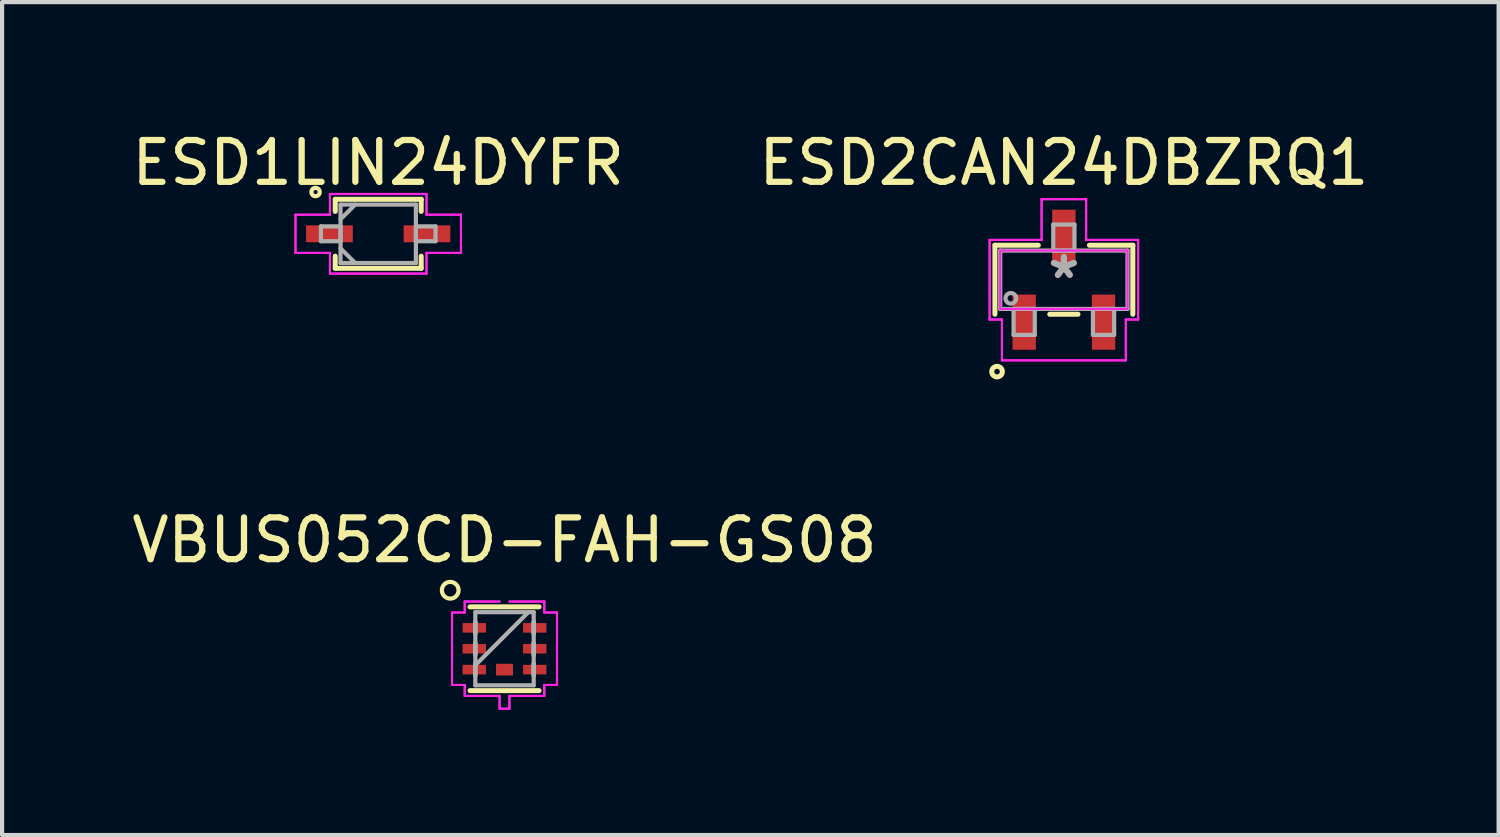
<source format=kicad_pcb>
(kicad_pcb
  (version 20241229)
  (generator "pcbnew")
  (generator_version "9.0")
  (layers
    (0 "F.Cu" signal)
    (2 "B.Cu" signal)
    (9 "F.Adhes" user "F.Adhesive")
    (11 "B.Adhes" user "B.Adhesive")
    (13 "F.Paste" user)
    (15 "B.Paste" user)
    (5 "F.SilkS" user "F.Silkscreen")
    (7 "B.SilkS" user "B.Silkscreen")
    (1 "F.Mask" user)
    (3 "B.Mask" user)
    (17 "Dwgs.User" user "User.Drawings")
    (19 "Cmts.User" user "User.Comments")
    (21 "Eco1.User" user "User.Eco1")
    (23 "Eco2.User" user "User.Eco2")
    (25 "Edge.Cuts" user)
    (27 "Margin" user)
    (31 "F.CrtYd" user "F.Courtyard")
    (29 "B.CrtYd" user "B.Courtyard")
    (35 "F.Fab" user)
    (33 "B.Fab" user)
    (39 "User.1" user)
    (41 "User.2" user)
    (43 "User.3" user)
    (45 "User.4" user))
  (footprint "ESD1LIN24DYFR"
    (layer "F.Cu")
    (at 6.006 2.548)
    (property "Reference" "ESD1LIN24DYFR" (at 0 -1.7 0) (layer "F.SilkS") (effects (font (size 1 1) (thickness 0.15))))
    (attr smd)
    (fp_line (start -1.029 -0.826) (end -1.029 -0.536) (stroke (width 0.12) (type solid)) (layer "F.SilkS"))
    (fp_line (start -1.029 0.536) (end -1.029 0.826) (stroke (width 0.12) (type solid)) (layer "F.SilkS"))
    (fp_line (start -1.029 0.826) (end 1.029 0.826) (stroke (width 0.12) (type solid)) (layer "F.SilkS"))
    (fp_line (start 1.029 -0.826) (end -1.029 -0.826) (stroke (width 0.12) (type solid)) (layer "F.SilkS"))
    (fp_line (start 1.029 -0.536) (end 1.029 -0.826) (stroke (width 0.12) (type solid)) (layer "F.SilkS"))
    (fp_line (start 1.029 0.826) (end 1.029 0.536) (stroke (width 0.12) (type solid)) (layer "F.SilkS"))
    (fp_circle (center -1.5 -1) (end -1.4 -1) (stroke (width 0.1) (type default)) (fill no) (layer "F.SilkS"))
    (fp_line (start -1.981 -0.457) (end -1.156 -0.457) (stroke (width 0.05) (type solid)) (layer "F.CrtYd"))
    (fp_line (start -1.981 -0.457) (end -1.156 -0.457) (stroke (width 0.05) (type solid)) (layer "F.CrtYd"))
    (fp_line (start -1.981 0.457) (end -1.981 -0.457) (stroke (width 0.05) (type solid)) (layer "F.CrtYd"))
    (fp_line (start -1.981 0.457) (end -1.981 -0.457) (stroke (width 0.05) (type solid)) (layer "F.CrtYd"))
    (fp_line (start -1.156 -0.953) (end 1.156 -0.953) (stroke (width 0.05) (type solid)) (layer "F.CrtYd"))
    (fp_line (start -1.156 -0.953) (end 1.156 -0.953) (stroke (width 0.05) (type solid)) (layer "F.CrtYd"))
    (fp_line (start -1.156 -0.457) (end -1.156 -0.953) (stroke (width 0.05) (type solid)) (layer "F.CrtYd"))
    (fp_line (start -1.156 -0.457) (end -1.156 -0.953) (stroke (width 0.05) (type solid)) (layer "F.CrtYd"))
    (fp_line (start -1.156 0.457) (end -1.981 0.457) (stroke (width 0.05) (type solid)) (layer "F.CrtYd"))
    (fp_line (start -1.156 0.457) (end -1.981 0.457) (stroke (width 0.05) (type solid)) (layer "F.CrtYd"))
    (fp_line (start -1.156 0.953) (end -1.156 0.457) (stroke (width 0.05) (type solid)) (layer "F.CrtYd"))
    (fp_line (start -1.156 0.953) (end -1.156 0.457) (stroke (width 0.05) (type solid)) (layer "F.CrtYd"))
    (fp_line (start 1.156 -0.953) (end 1.156 -0.457) (stroke (width 0.05) (type solid)) (layer "F.CrtYd"))
    (fp_line (start 1.156 -0.953) (end 1.156 -0.457) (stroke (width 0.05) (type solid)) (layer "F.CrtYd"))
    (fp_line (start 1.156 -0.457) (end 1.981 -0.457) (stroke (width 0.05) (type solid)) (layer "F.CrtYd"))
    (fp_line (start 1.156 -0.457) (end 1.981 -0.457) (stroke (width 0.05) (type solid)) (layer "F.CrtYd"))
    (fp_line (start 1.156 0.457) (end 1.156 0.953) (stroke (width 0.05) (type solid)) (layer "F.CrtYd"))
    (fp_line (start 1.156 0.457) (end 1.156 0.953) (stroke (width 0.05) (type solid)) (layer "F.CrtYd"))
    (fp_line (start 1.156 0.953) (end -1.156 0.953) (stroke (width 0.05) (type solid)) (layer "F.CrtYd"))
    (fp_line (start 1.156 0.953) (end -1.156 0.953) (stroke (width 0.05) (type solid)) (layer "F.CrtYd"))
    (fp_line (start 1.981 -0.457) (end 1.981 0.457) (stroke (width 0.05) (type solid)) (layer "F.CrtYd"))
    (fp_line (start 1.981 -0.457) (end 1.981 0.457) (stroke (width 0.05) (type solid)) (layer "F.CrtYd"))
    (fp_line (start 1.981 0.457) (end 1.156 0.457) (stroke (width 0.05) (type solid)) (layer "F.CrtYd"))
    (fp_line (start 1.981 0.457) (end 1.156 0.457) (stroke (width 0.05) (type solid)) (layer "F.CrtYd"))
    (fp_line (start -1.372 -0.178) (end -1.372 0.178) (stroke (width 0.1) (type solid)) (layer "F.Fab"))
    (fp_line (start -1.372 0.178) (end -0.902 0.178) (stroke (width 0.1) (type solid)) (layer "F.Fab"))
    (fp_line (start -0.902 -0.699) (end -0.902 0.699) (stroke (width 0.1) (type solid)) (layer "F.Fab"))
    (fp_line (start -0.902 -0.349) (end -0.552 -0.699) (stroke (width 0.1) (type solid)) (layer "F.Fab"))
    (fp_line (start -0.902 -0.178) (end -1.372 -0.178) (stroke (width 0.1) (type solid)) (layer "F.Fab"))
    (fp_line (start -0.902 0.178) (end -0.902 -0.178) (stroke (width 0.1) (type solid)) (layer "F.Fab"))
    (fp_line (start -0.902 0.349) (end -0.552 0.699) (stroke (width 0.1) (type solid)) (layer "F.Fab"))
    (fp_line (start -0.902 0.699) (end 0.902 0.699) (stroke (width 0.1) (type solid)) (layer "F.Fab"))
    (fp_line (start 0.902 -0.699) (end -0.902 -0.699) (stroke (width 0.1) (type solid)) (layer "F.Fab"))
    (fp_line (start 0.902 -0.178) (end 0.902 0.178) (stroke (width 0.1) (type solid)) (layer "F.Fab"))
    (fp_line (start 0.902 0.178) (end 1.372 0.178) (stroke (width 0.1) (type solid)) (layer "F.Fab"))
    (fp_line (start 0.902 0.699) (end 0.902 -0.699) (stroke (width 0.1) (type solid)) (layer "F.Fab"))
    (fp_line (start 1.372 -0.178) (end 0.902 -0.178) (stroke (width 0.1) (type solid)) (layer "F.Fab"))
    (fp_line (start 1.372 0.178) (end 1.372 -0.178) (stroke (width 0.1) (type solid)) (layer "F.Fab"))
    (pad "1" smd rect (at -1.168 0) (size 1.118 0.406) (layers "F.Cu" "F.Mask" "F.Paste"))
    (pad "2" smd rect (at 1.168 0) (size 1.118 0.406) (layers "F.Cu" "F.Mask" "F.Paste")))
  (footprint "ESD2CAN24DBZRQ1"
    (layer "F.Cu")
    (at 22.423 3.648)
    (property "Reference" "ESD2CAN24DBZRQ1" (at 0 -2.8 0) (layer "F.SilkS") (effects (font (size 1 1) (thickness 0.15))))
    (attr through_hole)
    (fp_line (start -1.651 -0.826) (end -1.651 0.826) (stroke (width 0.12) (type solid)) (layer "F.SilkS"))
    (fp_line (start -0.612 -0.826) (end -1.651 -0.826) (stroke (width 0.12) (type solid)) (layer "F.SilkS"))
    (fp_line (start -0.338 0.826) (end 0.338 0.826) (stroke (width 0.12) (type solid)) (layer "F.SilkS"))
    (fp_line (start 1.651 -0.826) (end 0.612 -0.826) (stroke (width 0.12) (type solid)) (layer "F.SilkS"))
    (fp_line (start 1.651 0.826) (end 1.651 -0.826) (stroke (width 0.12) (type solid)) (layer "F.SilkS"))
    (fp_circle (center -1.6 2.2) (end -1.473 2.2) (stroke (width 0.12) (type solid)) (fill no) (layer "F.SilkS"))
    (fp_line (start -1.778 -0.953) (end -0.533 -0.953) (stroke (width 0.05) (type solid)) (layer "F.CrtYd"))
    (fp_line (start -1.778 -0.953) (end -0.533 -0.953) (stroke (width 0.05) (type solid)) (layer "F.CrtYd"))
    (fp_line (start -1.778 0.953) (end -1.778 -0.953) (stroke (width 0.05) (type solid)) (layer "F.CrtYd"))
    (fp_line (start -1.778 0.953) (end -1.778 -0.953) (stroke (width 0.05) (type solid)) (layer "F.CrtYd"))
    (fp_line (start -1.778 0.953) (end -1.483 0.953) (stroke (width 0.05) (type solid)) (layer "F.CrtYd"))
    (fp_line (start -1.524 -0.699) (end 1.524 -0.699) (stroke (width 0.05) (type solid)) (layer "F.CrtYd"))
    (fp_line (start -1.524 0.699) (end -1.524 -0.699) (stroke (width 0.05) (type solid)) (layer "F.CrtYd"))
    (fp_line (start -1.483 0.953) (end -1.778 0.953) (stroke (width 0.05) (type solid)) (layer "F.CrtYd"))
    (fp_line (start -1.483 0.953) (end -1.483 1.93) (stroke (width 0.05) (type solid)) (layer "F.CrtYd"))
    (fp_line (start -1.483 1.93) (end -1.483 0.953) (stroke (width 0.05) (type solid)) (layer "F.CrtYd"))
    (fp_line (start -1.483 1.93) (end 1.483 1.93) (stroke (width 0.05) (type solid)) (layer "F.CrtYd"))
    (fp_line (start -0.533 -1.93) (end 0.533 -1.93) (stroke (width 0.05) (type solid)) (layer "F.CrtYd"))
    (fp_line (start -0.533 -1.93) (end 0.533 -1.93) (stroke (width 0.05) (type solid)) (layer "F.CrtYd"))
    (fp_line (start -0.533 -0.953) (end -0.533 -1.93) (stroke (width 0.05) (type solid)) (layer "F.CrtYd"))
    (fp_line (start -0.533 -0.953) (end -0.533 -1.93) (stroke (width 0.05) (type solid)) (layer "F.CrtYd"))
    (fp_line (start 0.533 -1.93) (end 0.533 -0.953) (stroke (width 0.05) (type solid)) (layer "F.CrtYd"))
    (fp_line (start 0.533 -0.953) (end 0.533 -1.93) (stroke (width 0.05) (type solid)) (layer "F.CrtYd"))
    (fp_line (start 0.533 -0.953) (end 1.778 -0.953) (stroke (width 0.05) (type solid)) (layer "F.CrtYd"))
    (fp_line (start 1.483 0.953) (end 1.483 1.93) (stroke (width 0.05) (type solid)) (layer "F.CrtYd"))
    (fp_line (start 1.483 0.953) (end 1.483 1.93) (stroke (width 0.05) (type solid)) (layer "F.CrtYd"))
    (fp_line (start 1.483 1.93) (end -1.483 1.93) (stroke (width 0.05) (type solid)) (layer "F.CrtYd"))
    (fp_line (start 1.524 -0.699) (end 1.524 0.699) (stroke (width 0.05) (type solid)) (layer "F.CrtYd"))
    (fp_line (start 1.524 0.699) (end -1.524 0.699) (stroke (width 0.05) (type solid)) (layer "F.CrtYd"))
    (fp_line (start 1.778 -0.953) (end 0.533 -0.953) (stroke (width 0.05) (type solid)) (layer "F.CrtYd"))
    (fp_line (start 1.778 -0.953) (end 1.778 0.953) (stroke (width 0.05) (type solid)) (layer "F.CrtYd"))
    (fp_line (start 1.778 -0.953) (end 1.778 0.953) (stroke (width 0.05) (type solid)) (layer "F.CrtYd"))
    (fp_line (start 1.778 0.953) (end 1.483 0.953) (stroke (width 0.05) (type solid)) (layer "F.CrtYd"))
    (fp_line (start 1.778 0.953) (end 1.483 0.953) (stroke (width 0.05) (type solid)) (layer "F.CrtYd"))
    (fp_line (start -1.524 -0.699) (end -1.524 0.699) (stroke (width 0.1) (type solid)) (layer "F.Fab"))
    (fp_line (start -1.524 0.699) (end 1.524 0.699) (stroke (width 0.1) (type solid)) (layer "F.Fab"))
    (fp_line (start -1.204 0.699) (end -1.204 1.321) (stroke (width 0.1) (type solid)) (layer "F.Fab"))
    (fp_line (start -1.204 1.321) (end -0.696 1.321) (stroke (width 0.1) (type solid)) (layer "F.Fab"))
    (fp_line (start -0.696 0.699) (end -1.204 0.699) (stroke (width 0.1) (type solid)) (layer "F.Fab"))
    (fp_line (start -0.696 1.321) (end -0.696 0.699) (stroke (width 0.1) (type solid)) (layer "F.Fab"))
    (fp_line (start -0.254 -1.321) (end -0.254 -0.699) (stroke (width 0.1) (type solid)) (layer "F.Fab"))
    (fp_line (start -0.254 -0.699) (end 0.254 -0.699) (stroke (width 0.1) (type solid)) (layer "F.Fab"))
    (fp_line (start 0.254 -1.321) (end -0.254 -1.321) (stroke (width 0.1) (type solid)) (layer "F.Fab"))
    (fp_line (start 0.254 -0.699) (end 0.254 -1.321) (stroke (width 0.1) (type solid)) (layer "F.Fab"))
    (fp_line (start 0.696 0.699) (end 0.696 1.321) (stroke (width 0.1) (type solid)) (layer "F.Fab"))
    (fp_line (start 0.696 1.321) (end 1.204 1.321) (stroke (width 0.1) (type solid)) (layer "F.Fab"))
    (fp_line (start 1.204 0.699) (end 0.696 0.699) (stroke (width 0.1) (type solid)) (layer "F.Fab"))
    (fp_line (start 1.204 1.321) (end 1.204 0.699) (stroke (width 0.1) (type solid)) (layer "F.Fab"))
    (fp_line (start 1.524 -0.699) (end -1.524 -0.699) (stroke (width 0.1) (type solid)) (layer "F.Fab"))
    (fp_line (start 1.524 0.699) (end 1.524 -0.699) (stroke (width 0.1) (type solid)) (layer "F.Fab"))
    (fp_circle (center -1.27 0.445) (end -1.143 0.445) (stroke (width 0.1) (type solid)) (fill no) (layer "F.Fab"))
    (fp_text user "*" (at 0 0 0) (layer "F.Fab") (effects (font (size 1 1) (thickness 0.15))))
    (pad "1" smd rect (at -0.95 1.016) (size 0.559 1.321) (layers "F.Cu" "F.Mask" "F.Paste"))
    (pad "2" smd rect (at 0.95 1.016) (size 0.559 1.321) (layers "F.Cu" "F.Mask" "F.Paste"))
    (pad "3" smd rect (at 0 -1.016) (size 0.559 1.321) (layers "F.Cu" "F.Mask" "F.Paste")))
  (footprint "VBUS052CD-FAH-GS08"
    (layer "F.Cu")
    (at 9.03 12.483)
    (property "Reference" "VBUS052CD-FAH-GS08" (at 0 -2.6 0) (layer "F.SilkS") (effects (font (size 1 1) (thickness 0.15))))
    (attr smd)
    (fp_line (start -0.826 1.003) (end 0.826 1.003) (stroke (width 0.12) (type solid)) (layer "F.SilkS"))
    (fp_line (start 0.826 -1.003) (end -0.826 -1.003) (stroke (width 0.12) (type solid)) (layer "F.SilkS"))
    (fp_circle (center -1.3 -1.4) (end -1.1 -1.4) (stroke (width 0.1) (type default)) (fill no) (layer "F.SilkS"))
    (fp_line (start -1.257 -0.868) (end -0.953 -0.868) (stroke (width 0.05) (type solid)) (layer "F.CrtYd"))
    (fp_line (start -1.257 -0.868) (end -0.953 -0.868) (stroke (width 0.05) (type solid)) (layer "F.CrtYd"))
    (fp_line (start -1.257 0.868) (end -1.257 -0.868) (stroke (width 0.05) (type solid)) (layer "F.CrtYd"))
    (fp_line (start -1.257 0.868) (end -1.257 -0.868) (stroke (width 0.05) (type solid)) (layer "F.CrtYd"))
    (fp_line (start -0.953 -1.13) (end -0.118 -1.13) (stroke (width 0.05) (type solid)) (layer "F.CrtYd"))
    (fp_line (start -0.953 -1.13) (end -0.118 -1.13) (stroke (width 0.05) (type solid)) (layer "F.CrtYd"))
    (fp_line (start -0.953 -0.868) (end -0.953 -1.13) (stroke (width 0.05) (type solid)) (layer "F.CrtYd"))
    (fp_line (start -0.953 -0.868) (end -0.953 -1.13) (stroke (width 0.05) (type solid)) (layer "F.CrtYd"))
    (fp_line (start -0.953 0.868) (end -1.257 0.868) (stroke (width 0.05) (type solid)) (layer "F.CrtYd"))
    (fp_line (start -0.953 0.868) (end -1.257 0.868) (stroke (width 0.05) (type solid)) (layer "F.CrtYd"))
    (fp_line (start -0.953 1.13) (end -0.953 0.868) (stroke (width 0.05) (type solid)) (layer "F.CrtYd"))
    (fp_line (start -0.953 1.13) (end -0.953 0.868) (stroke (width 0.05) (type solid)) (layer "F.CrtYd"))
    (fp_line (start -0.118 1.13) (end -0.953 1.13) (stroke (width 0.05) (type solid)) (layer "F.CrtYd"))
    (fp_line (start -0.118 1.13) (end -0.953 1.13) (stroke (width 0.05) (type solid)) (layer "F.CrtYd"))
    (fp_line (start -0.118 1.435) (end -0.118 1.13) (stroke (width 0.05) (type solid)) (layer "F.CrtYd"))
    (fp_line (start -0.118 1.435) (end -0.118 1.13) (stroke (width 0.05) (type solid)) (layer "F.CrtYd"))
    (fp_line (start 0.118 -1.13) (end 0.953 -1.13) (stroke (width 0.05) (type solid)) (layer "F.CrtYd"))
    (fp_line (start 0.118 -1.13) (end 0.953 -1.13) (stroke (width 0.05) (type solid)) (layer "F.CrtYd"))
    (fp_line (start 0.118 1.13) (end 0.118 1.435) (stroke (width 0.05) (type solid)) (layer "F.CrtYd"))
    (fp_line (start 0.118 1.13) (end 0.118 1.435) (stroke (width 0.05) (type solid)) (layer "F.CrtYd"))
    (fp_line (start 0.118 1.435) (end -0.118 1.435) (stroke (width 0.05) (type solid)) (layer "F.CrtYd"))
    (fp_line (start 0.118 1.435) (end -0.118 1.435) (stroke (width 0.05) (type solid)) (layer "F.CrtYd"))
    (fp_line (start 0.953 -1.13) (end 0.953 -0.868) (stroke (width 0.05) (type solid)) (layer "F.CrtYd"))
    (fp_line (start 0.953 -1.13) (end 0.953 -0.868) (stroke (width 0.05) (type solid)) (layer "F.CrtYd"))
    (fp_line (start 0.953 -0.868) (end 1.257 -0.868) (stroke (width 0.05) (type solid)) (layer "F.CrtYd"))
    (fp_line (start 0.953 -0.868) (end 1.257 -0.868) (stroke (width 0.05) (type solid)) (layer "F.CrtYd"))
    (fp_line (start 0.953 0.868) (end 0.953 1.13) (stroke (width 0.05) (type solid)) (layer "F.CrtYd"))
    (fp_line (start 0.953 0.868) (end 0.953 1.13) (stroke (width 0.05) (type solid)) (layer "F.CrtYd"))
    (fp_line (start 0.953 1.13) (end 0.118 1.13) (stroke (width 0.05) (type solid)) (layer "F.CrtYd"))
    (fp_line (start 0.953 1.13) (end 0.118 1.13) (stroke (width 0.05) (type solid)) (layer "F.CrtYd"))
    (fp_line (start 1.257 -0.868) (end 1.257 0.868) (stroke (width 0.05) (type solid)) (layer "F.CrtYd"))
    (fp_line (start 1.257 -0.868) (end 1.257 0.868) (stroke (width 0.05) (type solid)) (layer "F.CrtYd"))
    (fp_line (start 1.257 0.868) (end 0.953 0.868) (stroke (width 0.05) (type solid)) (layer "F.CrtYd"))
    (fp_line (start 1.257 0.868) (end 0.953 0.868) (stroke (width 0.05) (type solid)) (layer "F.CrtYd"))
    (fp_line (start -0.699 -0.876) (end -0.699 0.876) (stroke (width 0.1) (type solid)) (layer "F.Fab"))
    (fp_line (start -0.699 -0.64) (end -0.699 -0.64) (stroke (width 0.1) (type solid)) (layer "F.Fab"))
    (fp_line (start -0.699 -0.64) (end -0.699 -0.36) (stroke (width 0.1) (type solid)) (layer "F.Fab"))
    (fp_line (start -0.699 -0.36) (end -0.699 -0.64) (stroke (width 0.1) (type solid)) (layer "F.Fab"))
    (fp_line (start -0.699 -0.36) (end -0.699 -0.36) (stroke (width 0.1) (type solid)) (layer "F.Fab"))
    (fp_line (start -0.699 -0.14) (end -0.699 -0.14) (stroke (width 0.1) (type solid)) (layer "F.Fab"))
    (fp_line (start -0.699 -0.14) (end -0.699 0.14) (stroke (width 0.1) (type solid)) (layer "F.Fab"))
    (fp_line (start -0.699 0.14) (end -0.699 -0.14) (stroke (width 0.1) (type solid)) (layer "F.Fab"))
    (fp_line (start -0.699 0.14) (end -0.699 0.14) (stroke (width 0.1) (type solid)) (layer "F.Fab"))
    (fp_line (start -0.699 0.36) (end -0.699 0.36) (stroke (width 0.1) (type solid)) (layer "F.Fab"))
    (fp_line (start -0.699 0.36) (end -0.699 0.64) (stroke (width 0.1) (type solid)) (layer "F.Fab"))
    (fp_line (start -0.699 0.394) (end 0.572 -0.876) (stroke (width 0.1) (type solid)) (layer "F.Fab"))
    (fp_line (start -0.699 0.64) (end -0.699 0.36) (stroke (width 0.1) (type solid)) (layer "F.Fab"))
    (fp_line (start -0.699 0.64) (end -0.699 0.64) (stroke (width 0.1) (type solid)) (layer "F.Fab"))
    (fp_line (start -0.699 0.876) (end 0.699 0.876) (stroke (width 0.1) (type solid)) (layer "F.Fab"))
    (fp_line (start 0.699 -0.876) (end -0.699 -0.876) (stroke (width 0.1) (type solid)) (layer "F.Fab"))
    (fp_line (start 0.699 -0.64) (end 0.699 -0.64) (stroke (width 0.1) (type solid)) (layer "F.Fab"))
    (fp_line (start 0.699 -0.64) (end 0.699 -0.36) (stroke (width 0.1) (type solid)) (layer "F.Fab"))
    (fp_line (start 0.699 -0.36) (end 0.699 -0.64) (stroke (width 0.1) (type solid)) (layer "F.Fab"))
    (fp_line (start 0.699 -0.36) (end 0.699 -0.36) (stroke (width 0.1) (type solid)) (layer "F.Fab"))
    (fp_line (start 0.699 -0.14) (end 0.699 -0.14) (stroke (width 0.1) (type solid)) (layer "F.Fab"))
    (fp_line (start 0.699 -0.14) (end 0.699 0.14) (stroke (width 0.1) (type solid)) (layer "F.Fab"))
    (fp_line (start 0.699 0.14) (end 0.699 -0.14) (stroke (width 0.1) (type solid)) (layer "F.Fab"))
    (fp_line (start 0.699 0.14) (end 0.699 0.14) (stroke (width 0.1) (type solid)) (layer "F.Fab"))
    (fp_line (start 0.699 0.36) (end 0.699 0.36) (stroke (width 0.1) (type solid)) (layer "F.Fab"))
    (fp_line (start 0.699 0.36) (end 0.699 0.64) (stroke (width 0.1) (type solid)) (layer "F.Fab"))
    (fp_line (start 0.699 0.64) (end 0.699 0.36) (stroke (width 0.1) (type solid)) (layer "F.Fab"))
    (fp_line (start 0.699 0.64) (end 0.699 0.64) (stroke (width 0.1) (type solid)) (layer "F.Fab"))
    (fp_line (start 0.699 0.876) (end 0.699 -0.876) (stroke (width 0.1) (type solid)) (layer "F.Fab"))
    (pad "1" smd rect (at -0.724 -0.5 90) (size 0.229 0.559) (layers "F.Cu" "F.Mask" "F.Paste"))
    (pad "2" smd rect (at -0.724 0 90) (size 0.229 0.559) (layers "F.Cu" "F.Mask" "F.Paste"))
    (pad "3" smd rect (at -0.724 0.5 90) (size 0.229 0.559) (layers "F.Cu" "F.Mask" "F.Paste"))
    (pad "4" smd rect (at 0.724 0.5 90) (size 0.229 0.559) (layers "F.Cu" "F.Mask" "F.Paste"))
    (pad "5" smd rect (at 0.724 0 90) (size 0.229 0.559) (layers "F.Cu" "F.Mask" "F.Paste"))
    (pad "6" smd rect (at 0.724 -0.5 90) (size 0.229 0.559) (layers "F.Cu" "F.Mask" "F.Paste"))
    (pad "7" smd rect (at 0 0.5) (size 0.406 0.279) (layers "F.Cu" "F.Mask" "F.Paste")))
  (gr_rect
    (start -3 -3)
    (end 32.833 16.944)
    (stroke (width 0.1) (type default))
    (fill no)
    (layer "Edge.Cuts")))
</source>
